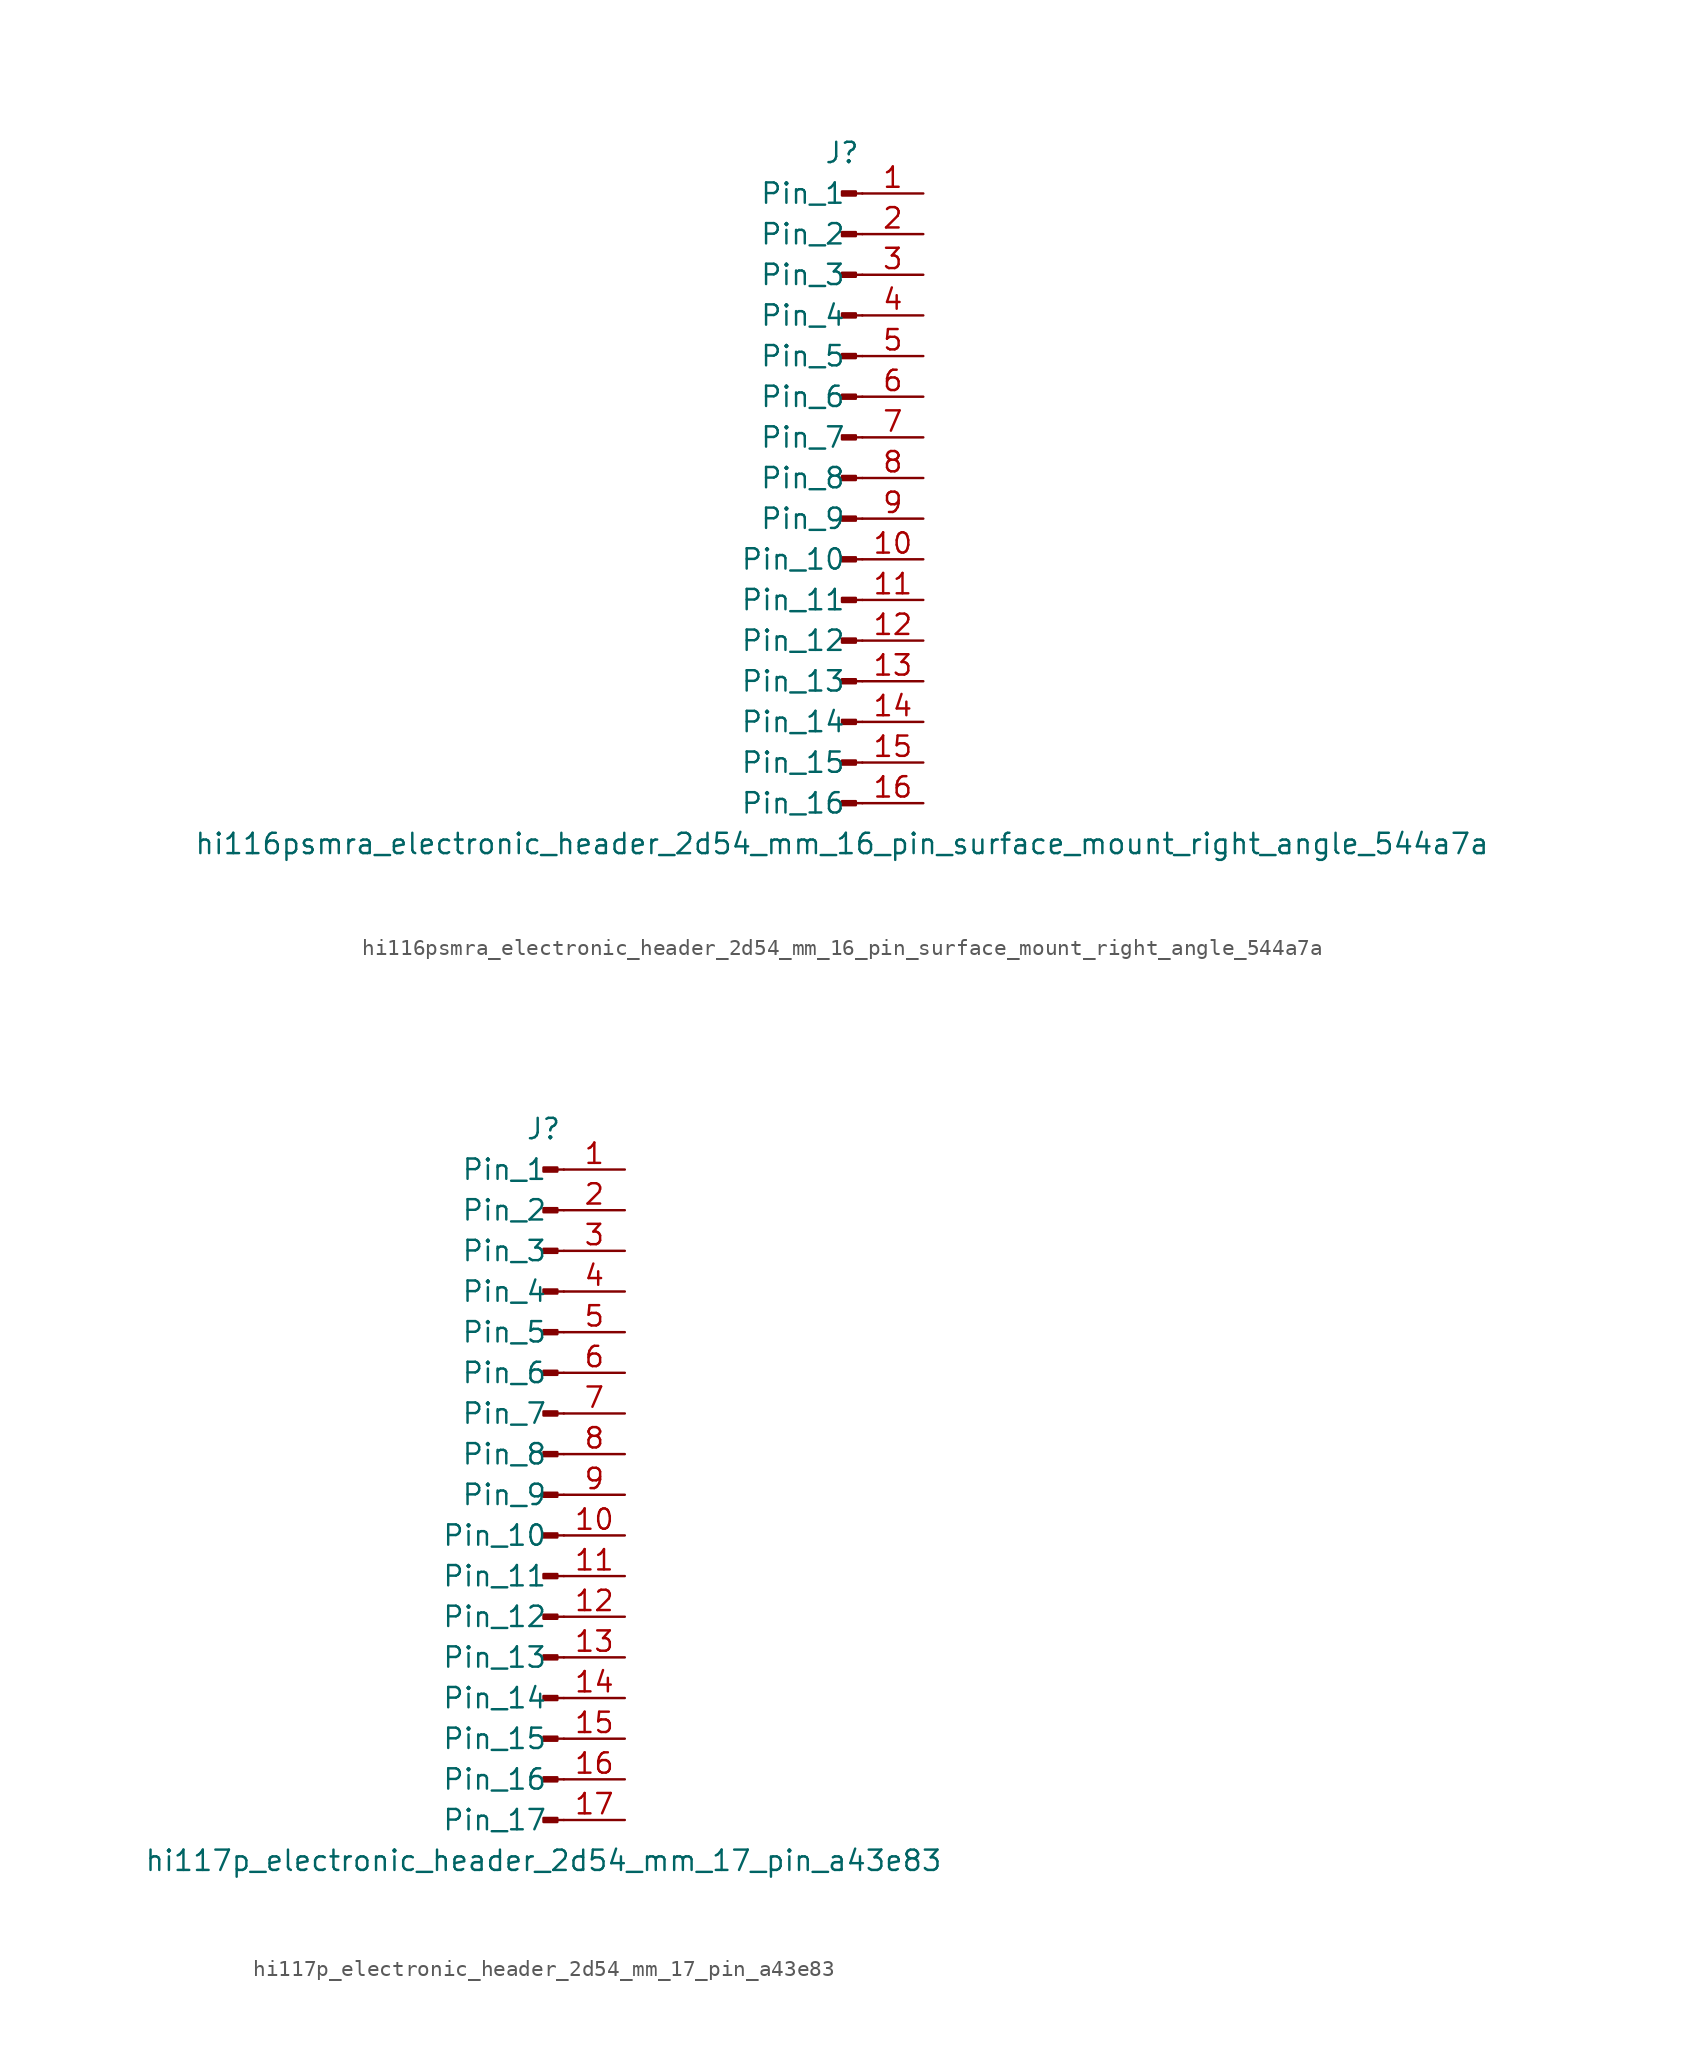
<source format=kicad_sym>
(kicad_symbol_lib
  (version 20220914)
  (generator kicad_symbol_editor)
  (symbol "hi116psmra_electronic_header_2d54_mm_16_pin_surface_mount_right_angle_544a7a"
    (pin_names
      (offset 1.016))
    (property "Reference" "J"
      (at 0 20.32 0)
      (effects (font (size 1.27 1.27))))
    (property "Value" "hi116psmra_electronic_header_2d54_mm_16_pin_surface_mount_right_angle_544a7a"
      (at 0 -22.86 0)
      (effects (font (size 1.27 1.27))))
    (property "ki_locked" ""
      (at 0 0 0)
      (effects (font (size 1.27 1.27))))
    (symbol "hi116psmra_electronic_header_2d54_mm_16_pin_surface_mount_right_angle_544a7a_1_1"
      (polyline (pts (xy 1.27 -20.32) (xy 0.864 -20.32)) (stroke (width 0.152) (type default)) (fill (type none)))
      (polyline (pts (xy 1.27 -17.78) (xy 0.864 -17.78)) (stroke (width 0.152) (type default)) (fill (type none)))
      (polyline (pts (xy 1.27 -15.24) (xy 0.864 -15.24)) (stroke (width 0.152) (type default)) (fill (type none)))
      (polyline (pts (xy 1.27 -12.7) (xy 0.864 -12.7)) (stroke (width 0.152) (type default)) (fill (type none)))
      (polyline (pts (xy 1.27 -10.16) (xy 0.864 -10.16)) (stroke (width 0.152) (type default)) (fill (type none)))
      (polyline (pts (xy 1.27 -7.62) (xy 0.864 -7.62)) (stroke (width 0.152) (type default)) (fill (type none)))
      (polyline (pts (xy 1.27 -5.08) (xy 0.864 -5.08)) (stroke (width 0.152) (type default)) (fill (type none)))
      (polyline (pts (xy 1.27 -2.54) (xy 0.864 -2.54)) (stroke (width 0.152) (type default)) (fill (type none)))
      (polyline (pts (xy 1.27 0) (xy 0.864 0)) (stroke (width 0.152) (type default)) (fill (type none)))
      (polyline (pts (xy 1.27 2.54) (xy 0.864 2.54)) (stroke (width 0.152) (type default)) (fill (type none)))
      (polyline (pts (xy 1.27 5.08) (xy 0.864 5.08)) (stroke (width 0.152) (type default)) (fill (type none)))
      (polyline (pts (xy 1.27 7.62) (xy 0.864 7.62)) (stroke (width 0.152) (type default)) (fill (type none)))
      (polyline (pts (xy 1.27 10.16) (xy 0.864 10.16)) (stroke (width 0.152) (type default)) (fill (type none)))
      (polyline (pts (xy 1.27 12.7) (xy 0.864 12.7)) (stroke (width 0.152) (type default)) (fill (type none)))
      (polyline (pts (xy 1.27 15.24) (xy 0.864 15.24)) (stroke (width 0.152) (type default)) (fill (type none)))
      (polyline (pts (xy 1.27 17.78) (xy 0.864 17.78)) (stroke (width 0.152) (type default)) (fill (type none)))
      (rectangle (start 0.864 -20.193) (end 0 -20.447) (stroke (width 0.152) (type default)) (fill (type outline)))
      (rectangle (start 0.864 -17.653) (end 0 -17.907) (stroke (width 0.152) (type default)) (fill (type outline)))
      (rectangle (start 0.864 -15.113) (end 0 -15.367) (stroke (width 0.152) (type default)) (fill (type outline)))
      (rectangle (start 0.864 -12.573) (end 0 -12.827) (stroke (width 0.152) (type default)) (fill (type outline)))
      (rectangle (start 0.864 -10.033) (end 0 -10.287) (stroke (width 0.152) (type default)) (fill (type outline)))
      (rectangle (start 0.864 -7.493) (end 0 -7.747) (stroke (width 0.152) (type default)) (fill (type outline)))
      (rectangle (start 0.864 -4.953) (end 0 -5.207) (stroke (width 0.152) (type default)) (fill (type outline)))
      (rectangle (start 0.864 -2.413) (end 0 -2.667) (stroke (width 0.152) (type default)) (fill (type outline)))
      (rectangle (start 0.864 0.127) (end 0 -0.127) (stroke (width 0.152) (type default)) (fill (type outline)))
      (rectangle (start 0.864 2.667) (end 0 2.413) (stroke (width 0.152) (type default)) (fill (type outline)))
      (rectangle (start 0.864 5.207) (end 0 4.953) (stroke (width 0.152) (type default)) (fill (type outline)))
      (rectangle (start 0.864 7.747) (end 0 7.493) (stroke (width 0.152) (type default)) (fill (type outline)))
      (rectangle (start 0.864 10.287) (end 0 10.033) (stroke (width 0.152) (type default)) (fill (type outline)))
      (rectangle (start 0.864 12.827) (end 0 12.573) (stroke (width 0.152) (type default)) (fill (type outline)))
      (rectangle (start 0.864 15.367) (end 0 15.113) (stroke (width 0.152) (type default)) (fill (type outline)))
      (rectangle (start 0.864 17.907) (end 0 17.653) (stroke (width 0.152) (type default)) (fill (type outline)))
      (pin passive line (at 5.08 17.78 180) (length 3.81) (name "Pin_1" (effects (font (size 1.27 1.27)))) (number "1" (effects (font (size 1.27 1.27)))))
      (pin passive line (at 5.08 -5.08 180) (length 3.81) (name "Pin_10" (effects (font (size 1.27 1.27)))) (number "10" (effects (font (size 1.27 1.27)))))
      (pin passive line (at 5.08 -7.62 180) (length 3.81) (name "Pin_11" (effects (font (size 1.27 1.27)))) (number "11" (effects (font (size 1.27 1.27)))))
      (pin passive line (at 5.08 -10.16 180) (length 3.81) (name "Pin_12" (effects (font (size 1.27 1.27)))) (number "12" (effects (font (size 1.27 1.27)))))
      (pin passive line (at 5.08 -12.7 180) (length 3.81) (name "Pin_13" (effects (font (size 1.27 1.27)))) (number "13" (effects (font (size 1.27 1.27)))))
      (pin passive line (at 5.08 -15.24 180) (length 3.81) (name "Pin_14" (effects (font (size 1.27 1.27)))) (number "14" (effects (font (size 1.27 1.27)))))
      (pin passive line (at 5.08 -17.78 180) (length 3.81) (name "Pin_15" (effects (font (size 1.27 1.27)))) (number "15" (effects (font (size 1.27 1.27)))))
      (pin passive line (at 5.08 -20.32 180) (length 3.81) (name "Pin_16" (effects (font (size 1.27 1.27)))) (number "16" (effects (font (size 1.27 1.27)))))
      (pin passive line (at 5.08 15.24 180) (length 3.81) (name "Pin_2" (effects (font (size 1.27 1.27)))) (number "2" (effects (font (size 1.27 1.27)))))
      (pin passive line (at 5.08 12.7 180) (length 3.81) (name "Pin_3" (effects (font (size 1.27 1.27)))) (number "3" (effects (font (size 1.27 1.27)))))
      (pin passive line (at 5.08 10.16 180) (length 3.81) (name "Pin_4" (effects (font (size 1.27 1.27)))) (number "4" (effects (font (size 1.27 1.27)))))
      (pin passive line (at 5.08 7.62 180) (length 3.81) (name "Pin_5" (effects (font (size 1.27 1.27)))) (number "5" (effects (font (size 1.27 1.27)))))
      (pin passive line (at 5.08 5.08 180) (length 3.81) (name "Pin_6" (effects (font (size 1.27 1.27)))) (number "6" (effects (font (size 1.27 1.27)))))
      (pin passive line (at 5.08 2.54 180) (length 3.81) (name "Pin_7" (effects (font (size 1.27 1.27)))) (number "7" (effects (font (size 1.27 1.27)))))
      (pin passive line (at 5.08 0 180) (length 3.81) (name "Pin_8" (effects (font (size 1.27 1.27)))) (number "8" (effects (font (size 1.27 1.27)))))
      (pin passive line (at 5.08 -2.54 180) (length 3.81) (name "Pin_9" (effects (font (size 1.27 1.27)))) (number "9" (effects (font (size 1.27 1.27)))))))
  (symbol "hi117p_electronic_header_2d54_mm_17_pin_a43e83"
    (pin_names
      (offset 1.016))
    (property "Reference" "J"
      (at 0 22.86 0)
      (effects (font (size 1.27 1.27))))
    (property "Value" "hi117p_electronic_header_2d54_mm_17_pin_a43e83"
      (at 0 -22.86 0)
      (effects (font (size 1.27 1.27))))
    (property "ki_locked" ""
      (at 0 0 0)
      (effects (font (size 1.27 1.27))))
    (symbol "hi117p_electronic_header_2d54_mm_17_pin_a43e83_1_1"
      (polyline (pts (xy 1.27 -20.32) (xy 0.864 -20.32)) (stroke (width 0.152) (type default)) (fill (type none)))
      (polyline (pts (xy 1.27 -17.78) (xy 0.864 -17.78)) (stroke (width 0.152) (type default)) (fill (type none)))
      (polyline (pts (xy 1.27 -15.24) (xy 0.864 -15.24)) (stroke (width 0.152) (type default)) (fill (type none)))
      (polyline (pts (xy 1.27 -12.7) (xy 0.864 -12.7)) (stroke (width 0.152) (type default)) (fill (type none)))
      (polyline (pts (xy 1.27 -10.16) (xy 0.864 -10.16)) (stroke (width 0.152) (type default)) (fill (type none)))
      (polyline (pts (xy 1.27 -7.62) (xy 0.864 -7.62)) (stroke (width 0.152) (type default)) (fill (type none)))
      (polyline (pts (xy 1.27 -5.08) (xy 0.864 -5.08)) (stroke (width 0.152) (type default)) (fill (type none)))
      (polyline (pts (xy 1.27 -2.54) (xy 0.864 -2.54)) (stroke (width 0.152) (type default)) (fill (type none)))
      (polyline (pts (xy 1.27 0) (xy 0.864 0)) (stroke (width 0.152) (type default)) (fill (type none)))
      (polyline (pts (xy 1.27 2.54) (xy 0.864 2.54)) (stroke (width 0.152) (type default)) (fill (type none)))
      (polyline (pts (xy 1.27 5.08) (xy 0.864 5.08)) (stroke (width 0.152) (type default)) (fill (type none)))
      (polyline (pts (xy 1.27 7.62) (xy 0.864 7.62)) (stroke (width 0.152) (type default)) (fill (type none)))
      (polyline (pts (xy 1.27 10.16) (xy 0.864 10.16)) (stroke (width 0.152) (type default)) (fill (type none)))
      (polyline (pts (xy 1.27 12.7) (xy 0.864 12.7)) (stroke (width 0.152) (type default)) (fill (type none)))
      (polyline (pts (xy 1.27 15.24) (xy 0.864 15.24)) (stroke (width 0.152) (type default)) (fill (type none)))
      (polyline (pts (xy 1.27 17.78) (xy 0.864 17.78)) (stroke (width 0.152) (type default)) (fill (type none)))
      (polyline (pts (xy 1.27 20.32) (xy 0.864 20.32)) (stroke (width 0.152) (type default)) (fill (type none)))
      (rectangle (start 0.864 -20.193) (end 0 -20.447) (stroke (width 0.152) (type default)) (fill (type outline)))
      (rectangle (start 0.864 -17.653) (end 0 -17.907) (stroke (width 0.152) (type default)) (fill (type outline)))
      (rectangle (start 0.864 -15.113) (end 0 -15.367) (stroke (width 0.152) (type default)) (fill (type outline)))
      (rectangle (start 0.864 -12.573) (end 0 -12.827) (stroke (width 0.152) (type default)) (fill (type outline)))
      (rectangle (start 0.864 -10.033) (end 0 -10.287) (stroke (width 0.152) (type default)) (fill (type outline)))
      (rectangle (start 0.864 -7.493) (end 0 -7.747) (stroke (width 0.152) (type default)) (fill (type outline)))
      (rectangle (start 0.864 -4.953) (end 0 -5.207) (stroke (width 0.152) (type default)) (fill (type outline)))
      (rectangle (start 0.864 -2.413) (end 0 -2.667) (stroke (width 0.152) (type default)) (fill (type outline)))
      (rectangle (start 0.864 0.127) (end 0 -0.127) (stroke (width 0.152) (type default)) (fill (type outline)))
      (rectangle (start 0.864 2.667) (end 0 2.413) (stroke (width 0.152) (type default)) (fill (type outline)))
      (rectangle (start 0.864 5.207) (end 0 4.953) (stroke (width 0.152) (type default)) (fill (type outline)))
      (rectangle (start 0.864 7.747) (end 0 7.493) (stroke (width 0.152) (type default)) (fill (type outline)))
      (rectangle (start 0.864 10.287) (end 0 10.033) (stroke (width 0.152) (type default)) (fill (type outline)))
      (rectangle (start 0.864 12.827) (end 0 12.573) (stroke (width 0.152) (type default)) (fill (type outline)))
      (rectangle (start 0.864 15.367) (end 0 15.113) (stroke (width 0.152) (type default)) (fill (type outline)))
      (rectangle (start 0.864 17.907) (end 0 17.653) (stroke (width 0.152) (type default)) (fill (type outline)))
      (rectangle (start 0.864 20.447) (end 0 20.193) (stroke (width 0.152) (type default)) (fill (type outline)))
      (pin passive line (at 5.08 20.32 180) (length 3.81) (name "Pin_1" (effects (font (size 1.27 1.27)))) (number "1" (effects (font (size 1.27 1.27)))))
      (pin passive line (at 5.08 -2.54 180) (length 3.81) (name "Pin_10" (effects (font (size 1.27 1.27)))) (number "10" (effects (font (size 1.27 1.27)))))
      (pin passive line (at 5.08 -5.08 180) (length 3.81) (name "Pin_11" (effects (font (size 1.27 1.27)))) (number "11" (effects (font (size 1.27 1.27)))))
      (pin passive line (at 5.08 -7.62 180) (length 3.81) (name "Pin_12" (effects (font (size 1.27 1.27)))) (number "12" (effects (font (size 1.27 1.27)))))
      (pin passive line (at 5.08 -10.16 180) (length 3.81) (name "Pin_13" (effects (font (size 1.27 1.27)))) (number "13" (effects (font (size 1.27 1.27)))))
      (pin passive line (at 5.08 -12.7 180) (length 3.81) (name "Pin_14" (effects (font (size 1.27 1.27)))) (number "14" (effects (font (size 1.27 1.27)))))
      (pin passive line (at 5.08 -15.24 180) (length 3.81) (name "Pin_15" (effects (font (size 1.27 1.27)))) (number "15" (effects (font (size 1.27 1.27)))))
      (pin passive line (at 5.08 -17.78 180) (length 3.81) (name "Pin_16" (effects (font (size 1.27 1.27)))) (number "16" (effects (font (size 1.27 1.27)))))
      (pin passive line (at 5.08 -20.32 180) (length 3.81) (name "Pin_17" (effects (font (size 1.27 1.27)))) (number "17" (effects (font (size 1.27 1.27)))))
      (pin passive line (at 5.08 17.78 180) (length 3.81) (name "Pin_2" (effects (font (size 1.27 1.27)))) (number "2" (effects (font (size 1.27 1.27)))))
      (pin passive line (at 5.08 15.24 180) (length 3.81) (name "Pin_3" (effects (font (size 1.27 1.27)))) (number "3" (effects (font (size 1.27 1.27)))))
      (pin passive line (at 5.08 12.7 180) (length 3.81) (name "Pin_4" (effects (font (size 1.27 1.27)))) (number "4" (effects (font (size 1.27 1.27)))))
      (pin passive line (at 5.08 10.16 180) (length 3.81) (name "Pin_5" (effects (font (size 1.27 1.27)))) (number "5" (effects (font (size 1.27 1.27)))))
      (pin passive line (at 5.08 7.62 180) (length 3.81) (name "Pin_6" (effects (font (size 1.27 1.27)))) (number "6" (effects (font (size 1.27 1.27)))))
      (pin passive line (at 5.08 5.08 180) (length 3.81) (name "Pin_7" (effects (font (size 1.27 1.27)))) (number "7" (effects (font (size 1.27 1.27)))))
      (pin passive line (at 5.08 2.54 180) (length 3.81) (name "Pin_8" (effects (font (size 1.27 1.27)))) (number "8" (effects (font (size 1.27 1.27)))))
      (pin passive line (at 5.08 0 180) (length 3.81) (name "Pin_9" (effects (font (size 1.27 1.27)))) (number "9" (effects (font (size 1.27 1.27))))))))
</source>
